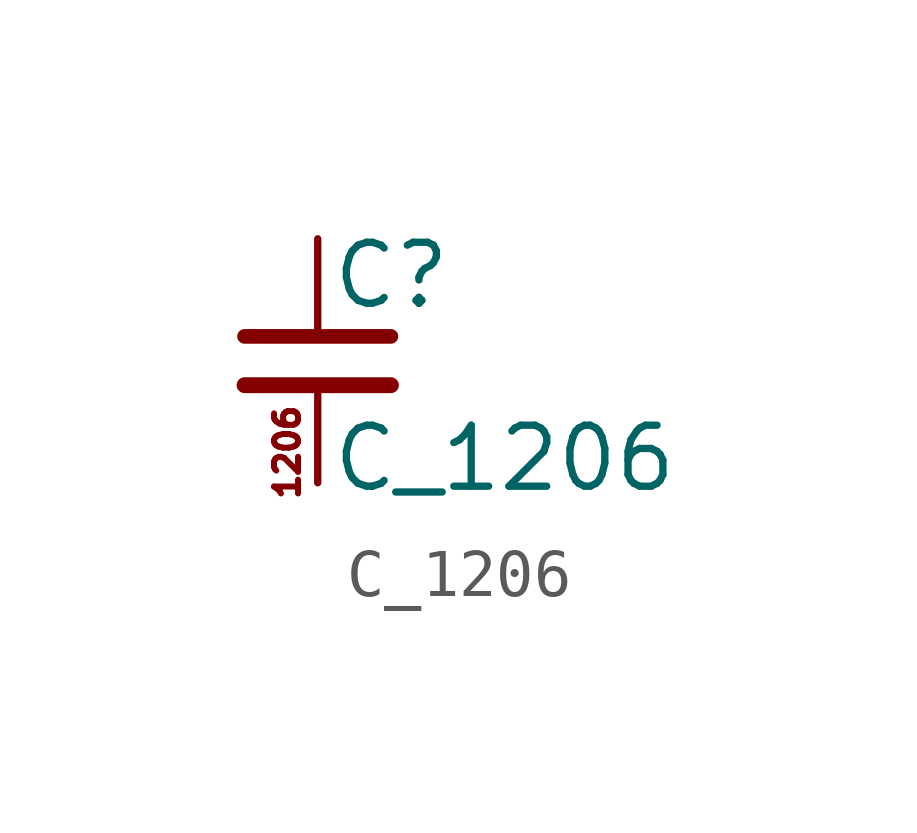
<source format=kicad_sym>
(kicad_symbol_lib
  (version 20220914)
  (generator kicad_symbol_editor)
  (symbol "C_1206"
    (pin_numbers hide)
    (pin_names
      (offset 0.254) hide)
    (property "Reference" "C"
      (at 0.254 1.778 0)
      (effects (font (size 1.27 1.27)) (justify left)))
    (property "Value" "C_1206"
      (at 0.254 -2.032 0)
      (effects (font (size 1.27 1.27)) (justify left)))
    (symbol "C_1206_0_1"
      (polyline (pts (xy -1.524 -0.508) (xy 1.524 -0.508)) (stroke (width 0.33) (type default)) (fill (type none)))
      (polyline (pts (xy -1.524 0.508) (xy 1.524 0.508)) (stroke (width 0.305) (type default)) (fill (type none))))
    (symbol "C_1206_1_0"
      (text "1206" (at -0.635 -1.905 900) (effects (font (size 0.5 0.5)))))
    (symbol "C_1206_1_1"
      (pin passive line (at 0 2.54 270) (length 2.032) (name "1" (effects (font (size 1.27 1.27)))) (number "1" (effects (font (size 1.27 1.27)))))
      (pin passive line (at 0 -2.54 90) (length 2.032) (name "2" (effects (font (size 1.27 1.27)))) (number "2" (effects (font (size 1.27 1.27))))))))
</source>
